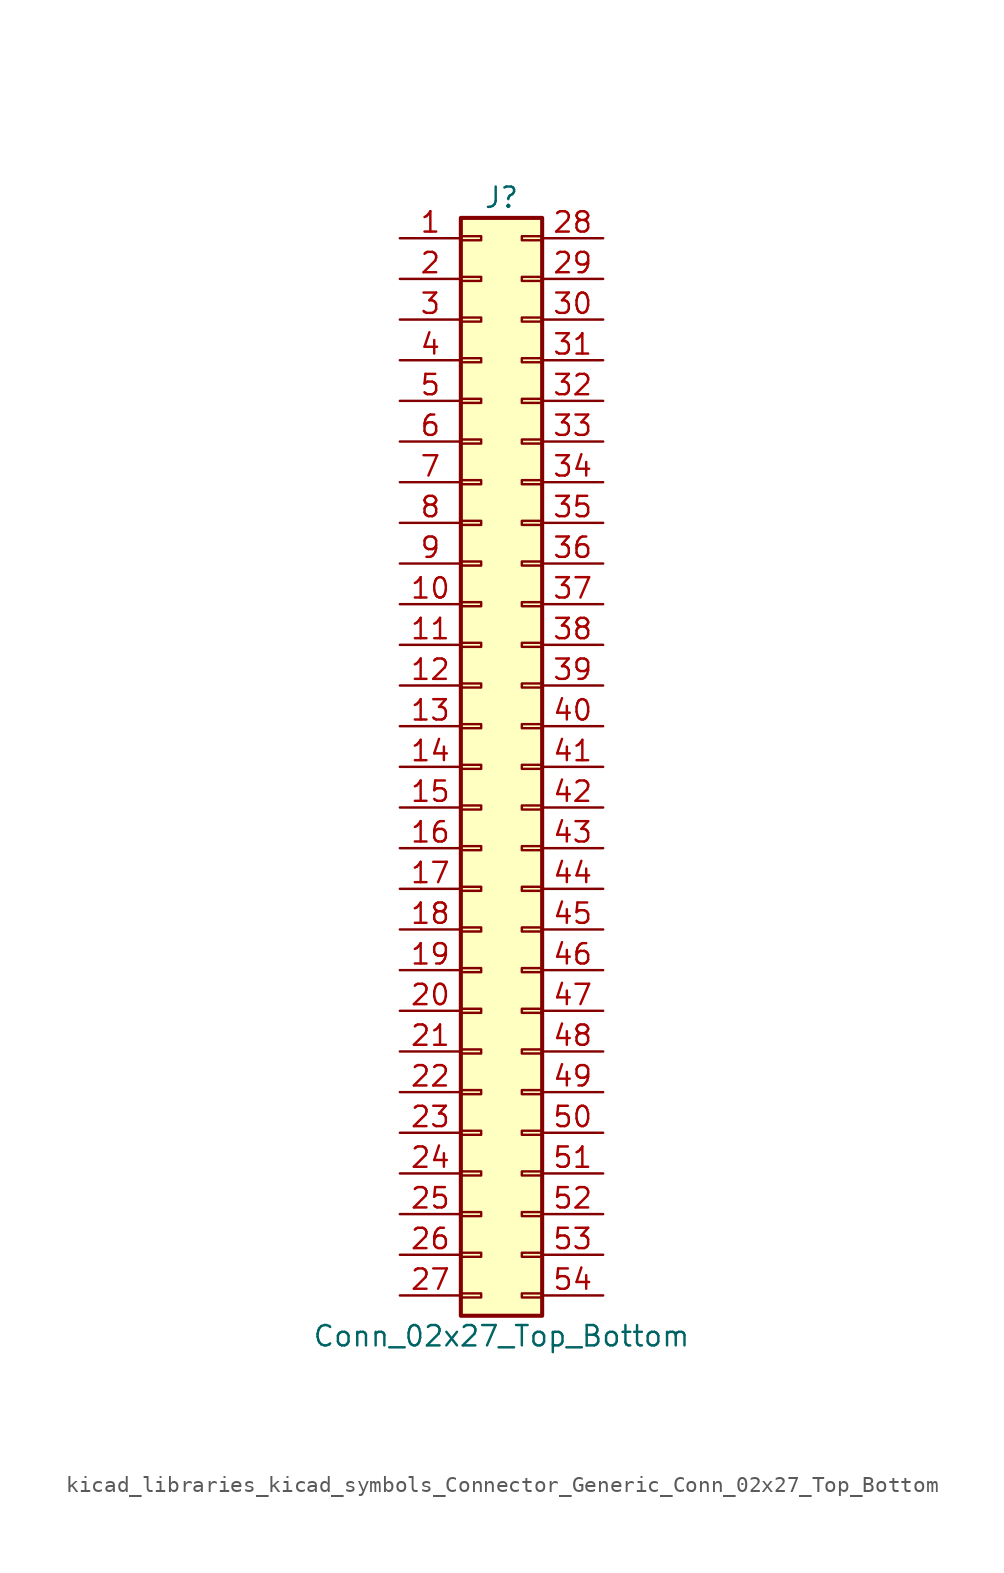
<source format=kicad_sym>
(kicad_symbol_lib
  (version 20220914)
  (generator kicad_symbol_editor)
  (symbol "kicad_libraries_kicad_symbols_Connector_Generic_Conn_02x27_Top_Bottom"
    (pin_names
      (offset 1.016) hide)
    (property "Reference" "J"
      (at 1.27 35.56 0)
      (effects (font (size 1.27 1.27))))
    (property "Value" "Conn_02x27_Top_Bottom"
      (at 1.27 -35.56 0)
      (effects (font (size 1.27 1.27))))
    (symbol "kicad_libraries_kicad_symbols_Connector_Generic_Conn_02x27_Top_Bottom_1_1"
      (rectangle (start -1.27 -32.893) (end 0 -33.147) (stroke (width 0.152) (type default)) (fill (type none)))
      (rectangle (start -1.27 -30.353) (end 0 -30.607) (stroke (width 0.152) (type default)) (fill (type none)))
      (rectangle (start -1.27 -27.813) (end 0 -28.067) (stroke (width 0.152) (type default)) (fill (type none)))
      (rectangle (start -1.27 -25.273) (end 0 -25.527) (stroke (width 0.152) (type default)) (fill (type none)))
      (rectangle (start -1.27 -22.733) (end 0 -22.987) (stroke (width 0.152) (type default)) (fill (type none)))
      (rectangle (start -1.27 -20.193) (end 0 -20.447) (stroke (width 0.152) (type default)) (fill (type none)))
      (rectangle (start -1.27 -17.653) (end 0 -17.907) (stroke (width 0.152) (type default)) (fill (type none)))
      (rectangle (start -1.27 -15.113) (end 0 -15.367) (stroke (width 0.152) (type default)) (fill (type none)))
      (rectangle (start -1.27 -12.573) (end 0 -12.827) (stroke (width 0.152) (type default)) (fill (type none)))
      (rectangle (start -1.27 -10.033) (end 0 -10.287) (stroke (width 0.152) (type default)) (fill (type none)))
      (rectangle (start -1.27 -7.493) (end 0 -7.747) (stroke (width 0.152) (type default)) (fill (type none)))
      (rectangle (start -1.27 -4.953) (end 0 -5.207) (stroke (width 0.152) (type default)) (fill (type none)))
      (rectangle (start -1.27 -2.413) (end 0 -2.667) (stroke (width 0.152) (type default)) (fill (type none)))
      (rectangle (start -1.27 0.127) (end 0 -0.127) (stroke (width 0.152) (type default)) (fill (type none)))
      (rectangle (start -1.27 2.667) (end 0 2.413) (stroke (width 0.152) (type default)) (fill (type none)))
      (rectangle (start -1.27 5.207) (end 0 4.953) (stroke (width 0.152) (type default)) (fill (type none)))
      (rectangle (start -1.27 7.747) (end 0 7.493) (stroke (width 0.152) (type default)) (fill (type none)))
      (rectangle (start -1.27 10.287) (end 0 10.033) (stroke (width 0.152) (type default)) (fill (type none)))
      (rectangle (start -1.27 12.827) (end 0 12.573) (stroke (width 0.152) (type default)) (fill (type none)))
      (rectangle (start -1.27 15.367) (end 0 15.113) (stroke (width 0.152) (type default)) (fill (type none)))
      (rectangle (start -1.27 17.907) (end 0 17.653) (stroke (width 0.152) (type default)) (fill (type none)))
      (rectangle (start -1.27 20.447) (end 0 20.193) (stroke (width 0.152) (type default)) (fill (type none)))
      (rectangle (start -1.27 22.987) (end 0 22.733) (stroke (width 0.152) (type default)) (fill (type none)))
      (rectangle (start -1.27 25.527) (end 0 25.273) (stroke (width 0.152) (type default)) (fill (type none)))
      (rectangle (start -1.27 28.067) (end 0 27.813) (stroke (width 0.152) (type default)) (fill (type none)))
      (rectangle (start -1.27 30.607) (end 0 30.353) (stroke (width 0.152) (type default)) (fill (type none)))
      (rectangle (start -1.27 33.147) (end 0 32.893) (stroke (width 0.152) (type default)) (fill (type none)))
      (rectangle (start -1.27 34.29) (end 3.81 -34.29) (stroke (width 0.254) (type default)) (fill (type background)))
      (rectangle (start 3.81 -32.893) (end 2.54 -33.147) (stroke (width 0.152) (type default)) (fill (type none)))
      (rectangle (start 3.81 -30.353) (end 2.54 -30.607) (stroke (width 0.152) (type default)) (fill (type none)))
      (rectangle (start 3.81 -27.813) (end 2.54 -28.067) (stroke (width 0.152) (type default)) (fill (type none)))
      (rectangle (start 3.81 -25.273) (end 2.54 -25.527) (stroke (width 0.152) (type default)) (fill (type none)))
      (rectangle (start 3.81 -22.733) (end 2.54 -22.987) (stroke (width 0.152) (type default)) (fill (type none)))
      (rectangle (start 3.81 -20.193) (end 2.54 -20.447) (stroke (width 0.152) (type default)) (fill (type none)))
      (rectangle (start 3.81 -17.653) (end 2.54 -17.907) (stroke (width 0.152) (type default)) (fill (type none)))
      (rectangle (start 3.81 -15.113) (end 2.54 -15.367) (stroke (width 0.152) (type default)) (fill (type none)))
      (rectangle (start 3.81 -12.573) (end 2.54 -12.827) (stroke (width 0.152) (type default)) (fill (type none)))
      (rectangle (start 3.81 -10.033) (end 2.54 -10.287) (stroke (width 0.152) (type default)) (fill (type none)))
      (rectangle (start 3.81 -7.493) (end 2.54 -7.747) (stroke (width 0.152) (type default)) (fill (type none)))
      (rectangle (start 3.81 -4.953) (end 2.54 -5.207) (stroke (width 0.152) (type default)) (fill (type none)))
      (rectangle (start 3.81 -2.413) (end 2.54 -2.667) (stroke (width 0.152) (type default)) (fill (type none)))
      (rectangle (start 3.81 0.127) (end 2.54 -0.127) (stroke (width 0.152) (type default)) (fill (type none)))
      (rectangle (start 3.81 2.667) (end 2.54 2.413) (stroke (width 0.152) (type default)) (fill (type none)))
      (rectangle (start 3.81 5.207) (end 2.54 4.953) (stroke (width 0.152) (type default)) (fill (type none)))
      (rectangle (start 3.81 7.747) (end 2.54 7.493) (stroke (width 0.152) (type default)) (fill (type none)))
      (rectangle (start 3.81 10.287) (end 2.54 10.033) (stroke (width 0.152) (type default)) (fill (type none)))
      (rectangle (start 3.81 12.827) (end 2.54 12.573) (stroke (width 0.152) (type default)) (fill (type none)))
      (rectangle (start 3.81 15.367) (end 2.54 15.113) (stroke (width 0.152) (type default)) (fill (type none)))
      (rectangle (start 3.81 17.907) (end 2.54 17.653) (stroke (width 0.152) (type default)) (fill (type none)))
      (rectangle (start 3.81 20.447) (end 2.54 20.193) (stroke (width 0.152) (type default)) (fill (type none)))
      (rectangle (start 3.81 22.987) (end 2.54 22.733) (stroke (width 0.152) (type default)) (fill (type none)))
      (rectangle (start 3.81 25.527) (end 2.54 25.273) (stroke (width 0.152) (type default)) (fill (type none)))
      (rectangle (start 3.81 28.067) (end 2.54 27.813) (stroke (width 0.152) (type default)) (fill (type none)))
      (rectangle (start 3.81 30.607) (end 2.54 30.353) (stroke (width 0.152) (type default)) (fill (type none)))
      (rectangle (start 3.81 33.147) (end 2.54 32.893) (stroke (width 0.152) (type default)) (fill (type none)))
      (pin passive line (at -5.08 33.02 0) (length 3.81) (name "Pin_1" (effects (font (size 1.27 1.27)))) (number "1" (effects (font (size 1.27 1.27)))))
      (pin passive line (at -5.08 10.16 0) (length 3.81) (name "Pin_10" (effects (font (size 1.27 1.27)))) (number "10" (effects (font (size 1.27 1.27)))))
      (pin passive line (at -5.08 7.62 0) (length 3.81) (name "Pin_11" (effects (font (size 1.27 1.27)))) (number "11" (effects (font (size 1.27 1.27)))))
      (pin passive line (at -5.08 5.08 0) (length 3.81) (name "Pin_12" (effects (font (size 1.27 1.27)))) (number "12" (effects (font (size 1.27 1.27)))))
      (pin passive line (at -5.08 2.54 0) (length 3.81) (name "Pin_13" (effects (font (size 1.27 1.27)))) (number "13" (effects (font (size 1.27 1.27)))))
      (pin passive line (at -5.08 0 0) (length 3.81) (name "Pin_14" (effects (font (size 1.27 1.27)))) (number "14" (effects (font (size 1.27 1.27)))))
      (pin passive line (at -5.08 -2.54 0) (length 3.81) (name "Pin_15" (effects (font (size 1.27 1.27)))) (number "15" (effects (font (size 1.27 1.27)))))
      (pin passive line (at -5.08 -5.08 0) (length 3.81) (name "Pin_16" (effects (font (size 1.27 1.27)))) (number "16" (effects (font (size 1.27 1.27)))))
      (pin passive line (at -5.08 -7.62 0) (length 3.81) (name "Pin_17" (effects (font (size 1.27 1.27)))) (number "17" (effects (font (size 1.27 1.27)))))
      (pin passive line (at -5.08 -10.16 0) (length 3.81) (name "Pin_18" (effects (font (size 1.27 1.27)))) (number "18" (effects (font (size 1.27 1.27)))))
      (pin passive line (at -5.08 -12.7 0) (length 3.81) (name "Pin_19" (effects (font (size 1.27 1.27)))) (number "19" (effects (font (size 1.27 1.27)))))
      (pin passive line (at -5.08 30.48 0) (length 3.81) (name "Pin_2" (effects (font (size 1.27 1.27)))) (number "2" (effects (font (size 1.27 1.27)))))
      (pin passive line (at -5.08 -15.24 0) (length 3.81) (name "Pin_20" (effects (font (size 1.27 1.27)))) (number "20" (effects (font (size 1.27 1.27)))))
      (pin passive line (at -5.08 -17.78 0) (length 3.81) (name "Pin_21" (effects (font (size 1.27 1.27)))) (number "21" (effects (font (size 1.27 1.27)))))
      (pin passive line (at -5.08 -20.32 0) (length 3.81) (name "Pin_22" (effects (font (size 1.27 1.27)))) (number "22" (effects (font (size 1.27 1.27)))))
      (pin passive line (at -5.08 -22.86 0) (length 3.81) (name "Pin_23" (effects (font (size 1.27 1.27)))) (number "23" (effects (font (size 1.27 1.27)))))
      (pin passive line (at -5.08 -25.4 0) (length 3.81) (name "Pin_24" (effects (font (size 1.27 1.27)))) (number "24" (effects (font (size 1.27 1.27)))))
      (pin passive line (at -5.08 -27.94 0) (length 3.81) (name "Pin_25" (effects (font (size 1.27 1.27)))) (number "25" (effects (font (size 1.27 1.27)))))
      (pin passive line (at -5.08 -30.48 0) (length 3.81) (name "Pin_26" (effects (font (size 1.27 1.27)))) (number "26" (effects (font (size 1.27 1.27)))))
      (pin passive line (at -5.08 -33.02 0) (length 3.81) (name "Pin_27" (effects (font (size 1.27 1.27)))) (number "27" (effects (font (size 1.27 1.27)))))
      (pin passive line (at 7.62 33.02 180) (length 3.81) (name "Pin_28" (effects (font (size 1.27 1.27)))) (number "28" (effects (font (size 1.27 1.27)))))
      (pin passive line (at 7.62 30.48 180) (length 3.81) (name "Pin_29" (effects (font (size 1.27 1.27)))) (number "29" (effects (font (size 1.27 1.27)))))
      (pin passive line (at -5.08 27.94 0) (length 3.81) (name "Pin_3" (effects (font (size 1.27 1.27)))) (number "3" (effects (font (size 1.27 1.27)))))
      (pin passive line (at 7.62 27.94 180) (length 3.81) (name "Pin_30" (effects (font (size 1.27 1.27)))) (number "30" (effects (font (size 1.27 1.27)))))
      (pin passive line (at 7.62 25.4 180) (length 3.81) (name "Pin_31" (effects (font (size 1.27 1.27)))) (number "31" (effects (font (size 1.27 1.27)))))
      (pin passive line (at 7.62 22.86 180) (length 3.81) (name "Pin_32" (effects (font (size 1.27 1.27)))) (number "32" (effects (font (size 1.27 1.27)))))
      (pin passive line (at 7.62 20.32 180) (length 3.81) (name "Pin_33" (effects (font (size 1.27 1.27)))) (number "33" (effects (font (size 1.27 1.27)))))
      (pin passive line (at 7.62 17.78 180) (length 3.81) (name "Pin_34" (effects (font (size 1.27 1.27)))) (number "34" (effects (font (size 1.27 1.27)))))
      (pin passive line (at 7.62 15.24 180) (length 3.81) (name "Pin_35" (effects (font (size 1.27 1.27)))) (number "35" (effects (font (size 1.27 1.27)))))
      (pin passive line (at 7.62 12.7 180) (length 3.81) (name "Pin_36" (effects (font (size 1.27 1.27)))) (number "36" (effects (font (size 1.27 1.27)))))
      (pin passive line (at 7.62 10.16 180) (length 3.81) (name "Pin_37" (effects (font (size 1.27 1.27)))) (number "37" (effects (font (size 1.27 1.27)))))
      (pin passive line (at 7.62 7.62 180) (length 3.81) (name "Pin_38" (effects (font (size 1.27 1.27)))) (number "38" (effects (font (size 1.27 1.27)))))
      (pin passive line (at 7.62 5.08 180) (length 3.81) (name "Pin_39" (effects (font (size 1.27 1.27)))) (number "39" (effects (font (size 1.27 1.27)))))
      (pin passive line (at -5.08 25.4 0) (length 3.81) (name "Pin_4" (effects (font (size 1.27 1.27)))) (number "4" (effects (font (size 1.27 1.27)))))
      (pin passive line (at 7.62 2.54 180) (length 3.81) (name "Pin_40" (effects (font (size 1.27 1.27)))) (number "40" (effects (font (size 1.27 1.27)))))
      (pin passive line (at 7.62 0 180) (length 3.81) (name "Pin_41" (effects (font (size 1.27 1.27)))) (number "41" (effects (font (size 1.27 1.27)))))
      (pin passive line (at 7.62 -2.54 180) (length 3.81) (name "Pin_42" (effects (font (size 1.27 1.27)))) (number "42" (effects (font (size 1.27 1.27)))))
      (pin passive line (at 7.62 -5.08 180) (length 3.81) (name "Pin_43" (effects (font (size 1.27 1.27)))) (number "43" (effects (font (size 1.27 1.27)))))
      (pin passive line (at 7.62 -7.62 180) (length 3.81) (name "Pin_44" (effects (font (size 1.27 1.27)))) (number "44" (effects (font (size 1.27 1.27)))))
      (pin passive line (at 7.62 -10.16 180) (length 3.81) (name "Pin_45" (effects (font (size 1.27 1.27)))) (number "45" (effects (font (size 1.27 1.27)))))
      (pin passive line (at 7.62 -12.7 180) (length 3.81) (name "Pin_46" (effects (font (size 1.27 1.27)))) (number "46" (effects (font (size 1.27 1.27)))))
      (pin passive line (at 7.62 -15.24 180) (length 3.81) (name "Pin_47" (effects (font (size 1.27 1.27)))) (number "47" (effects (font (size 1.27 1.27)))))
      (pin passive line (at 7.62 -17.78 180) (length 3.81) (name "Pin_48" (effects (font (size 1.27 1.27)))) (number "48" (effects (font (size 1.27 1.27)))))
      (pin passive line (at 7.62 -20.32 180) (length 3.81) (name "Pin_49" (effects (font (size 1.27 1.27)))) (number "49" (effects (font (size 1.27 1.27)))))
      (pin passive line (at -5.08 22.86 0) (length 3.81) (name "Pin_5" (effects (font (size 1.27 1.27)))) (number "5" (effects (font (size 1.27 1.27)))))
      (pin passive line (at 7.62 -22.86 180) (length 3.81) (name "Pin_50" (effects (font (size 1.27 1.27)))) (number "50" (effects (font (size 1.27 1.27)))))
      (pin passive line (at 7.62 -25.4 180) (length 3.81) (name "Pin_51" (effects (font (size 1.27 1.27)))) (number "51" (effects (font (size 1.27 1.27)))))
      (pin passive line (at 7.62 -27.94 180) (length 3.81) (name "Pin_52" (effects (font (size 1.27 1.27)))) (number "52" (effects (font (size 1.27 1.27)))))
      (pin passive line (at 7.62 -30.48 180) (length 3.81) (name "Pin_53" (effects (font (size 1.27 1.27)))) (number "53" (effects (font (size 1.27 1.27)))))
      (pin passive line (at 7.62 -33.02 180) (length 3.81) (name "Pin_54" (effects (font (size 1.27 1.27)))) (number "54" (effects (font (size 1.27 1.27)))))
      (pin passive line (at -5.08 20.32 0) (length 3.81) (name "Pin_6" (effects (font (size 1.27 1.27)))) (number "6" (effects (font (size 1.27 1.27)))))
      (pin passive line (at -5.08 17.78 0) (length 3.81) (name "Pin_7" (effects (font (size 1.27 1.27)))) (number "7" (effects (font (size 1.27 1.27)))))
      (pin passive line (at -5.08 15.24 0) (length 3.81) (name "Pin_8" (effects (font (size 1.27 1.27)))) (number "8" (effects (font (size 1.27 1.27)))))
      (pin passive line (at -5.08 12.7 0) (length 3.81) (name "Pin_9" (effects (font (size 1.27 1.27)))) (number "9" (effects (font (size 1.27 1.27))))))))
</source>
